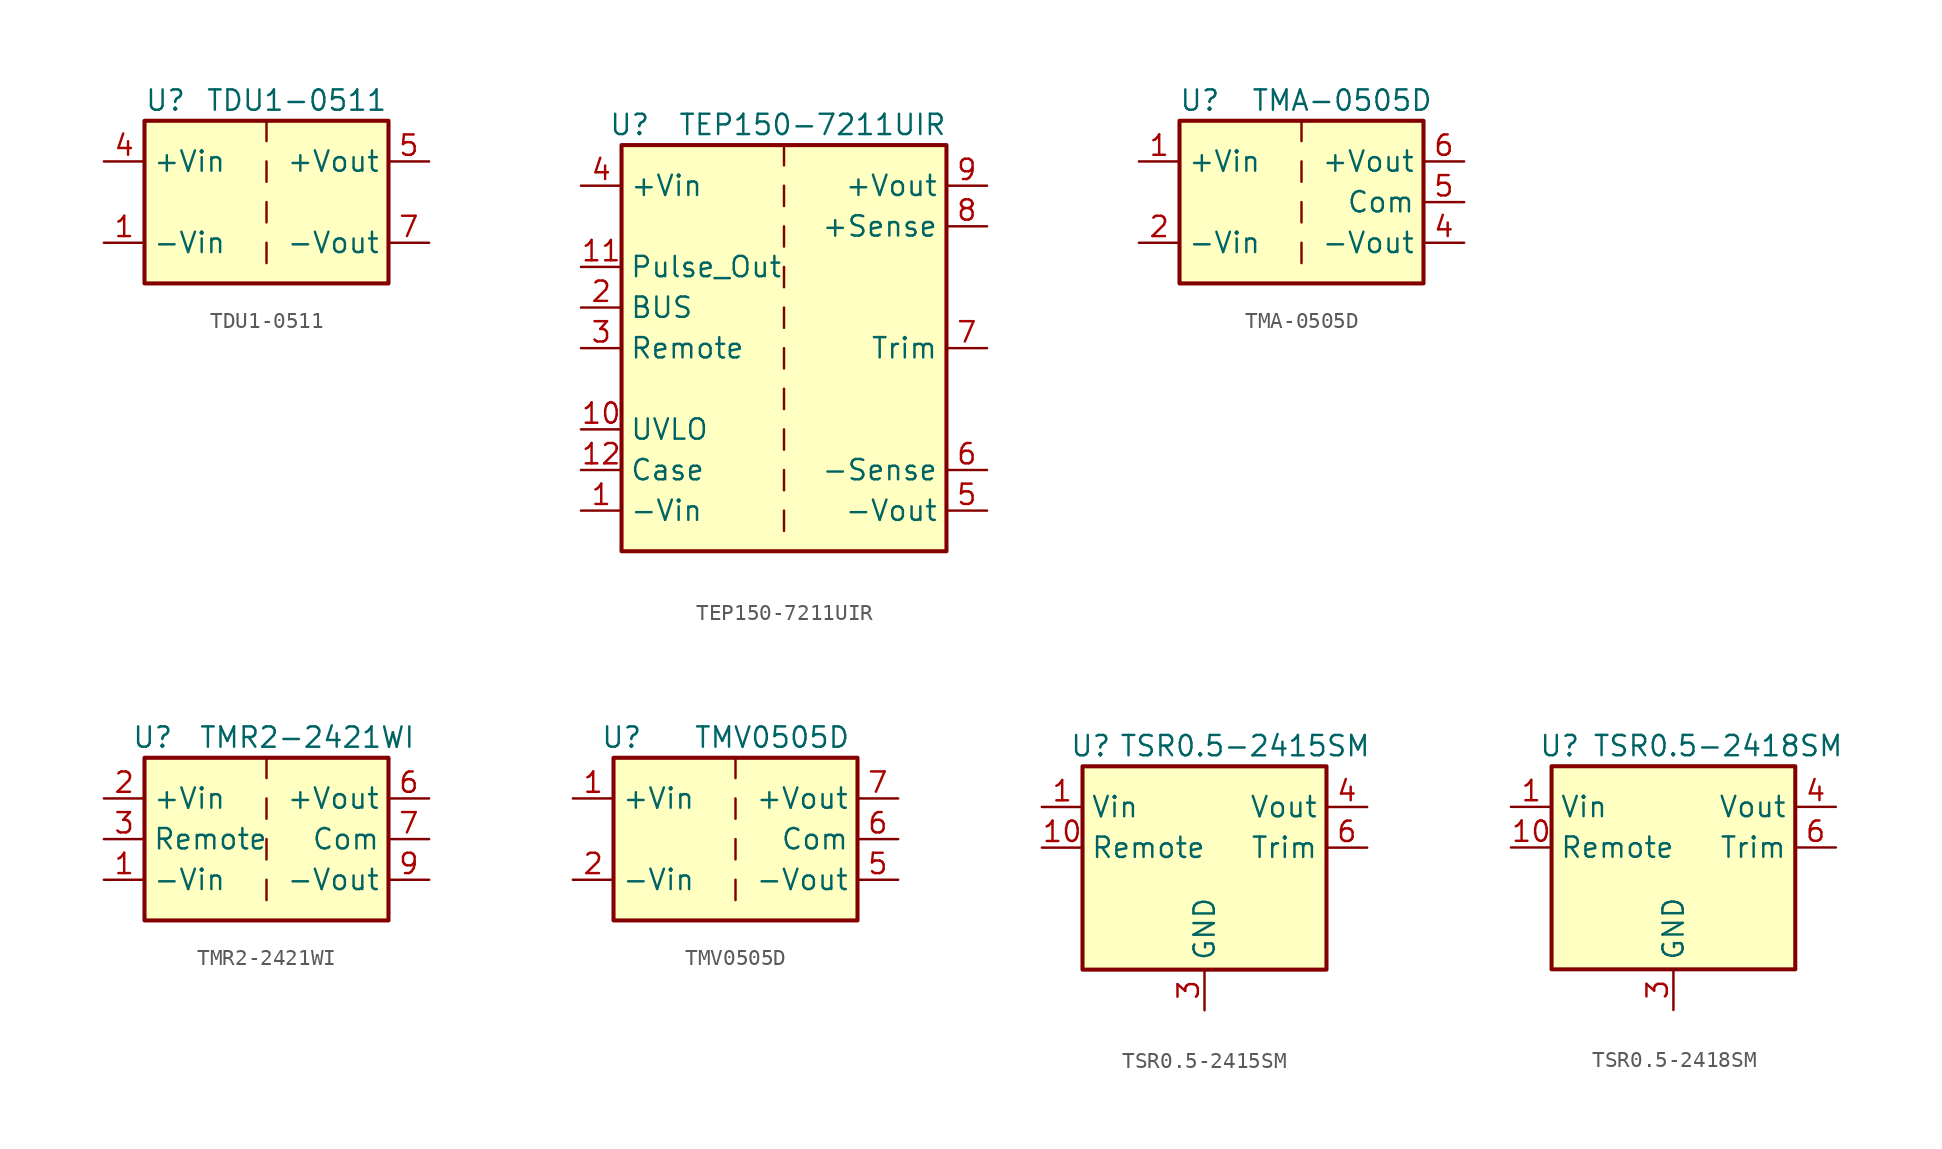
<source format=kicad_sym>
(kicad_symbol_lib
  (version 20241209)
  (generator "kicad_symbol_editor")
  (generator_version "9.0")
  (symbol "TDU1-0511"
    (property "Reference" "U"
      (at -7.62 6.35 0)
      (effects (font (size 1.27 1.27)) (justify left)))
    (property "Value" "TDU1-0511"
      (at -3.81 6.35 0)
      (effects (font (size 1.27 1.27)) (justify left)))
    (symbol "TDU1-0511_0_1"
      (rectangle (start -7.62 5.08) (end 7.62 -5.08) (stroke (width 0.254) (type default)) (fill (type background)))
      (polyline (pts (xy 0 5.08) (xy 0 3.81)) (stroke (width 0) (type default)) (fill (type none)))
      (polyline (pts (xy 0 2.54) (xy 0 1.27)) (stroke (width 0) (type default)) (fill (type none)))
      (polyline (pts (xy 0 0) (xy 0 -1.27)) (stroke (width 0) (type default)) (fill (type none)))
      (polyline (pts (xy 0 -2.54) (xy 0 -3.81)) (stroke (width 0) (type default)) (fill (type none))))
    (symbol "TDU1-0511_1_1"
      (pin power_in line (at -10.16 2.54 0) (length 2.54) (name "+Vin" (effects (font (size 1.27 1.27)))) (number "4" (effects (font (size 1.27 1.27)))))
      (pin power_in line (at -10.16 -2.54 0) (length 2.54) (name "-Vin" (effects (font (size 1.27 1.27)))) (number "1" (effects (font (size 1.27 1.27)))))
      (pin power_out line (at 10.16 2.54 180) (length 2.54) (name "+Vout" (effects (font (size 1.27 1.27)))) (number "5" (effects (font (size 1.27 1.27)))))
      (pin power_out line (at 10.16 -2.54 180) (length 2.54) (name "-Vout" (effects (font (size 1.27 1.27)))) (number "7" (effects (font (size 1.27 1.27)))))))
  (symbol "TEP150-7211UIR"
    (property "Reference" "U"
      (at -9.652 13.97 0)
      (effects (font (size 1.27 1.27))))
    (property "Value" "TEP150-7211UIR"
      (at 1.778 13.97 0)
      (effects (font (size 1.27 1.27))))
    (symbol "TEP150-7211UIR_0_1"
      (rectangle (start -10.16 12.7) (end 10.16 -12.7) (stroke (width 0.254) (type default)) (fill (type background)))
      (polyline (pts (xy 0 12.7) (xy 0 11.43)) (stroke (width 0) (type default)) (fill (type none)))
      (polyline (pts (xy 0 10.16) (xy 0 8.89)) (stroke (width 0) (type default)) (fill (type none)))
      (polyline (pts (xy 0 7.62) (xy 0 6.35)) (stroke (width 0) (type default)) (fill (type none)))
      (polyline (pts (xy 0 5.08) (xy 0 3.81)) (stroke (width 0) (type default)) (fill (type none)))
      (polyline (pts (xy 0 2.54) (xy 0 1.27)) (stroke (width 0) (type default)) (fill (type none)))
      (polyline (pts (xy 0 0) (xy 0 -1.27)) (stroke (width 0) (type default)) (fill (type none)))
      (polyline (pts (xy 0 -2.54) (xy 0 -3.81)) (stroke (width 0) (type default)) (fill (type none)))
      (polyline (pts (xy 0 -5.08) (xy 0 -6.35)) (stroke (width 0) (type default)) (fill (type none)))
      (polyline (pts (xy 0 -7.62) (xy 0 -8.89)) (stroke (width 0) (type default)) (fill (type none)))
      (polyline (pts (xy 0 -10.16) (xy 0 -11.43)) (stroke (width 0) (type default)) (fill (type none))))
    (symbol "TEP150-7211UIR_1_0"
      (pin power_in line (at -12.7 10.16 0) (length 2.54) (name "+Vin" (effects (font (size 1.27 1.27)))) (number "4" (effects (font (size 1.27 1.27)))))
      (pin output line (at -12.7 5.08 0) (length 2.54) (name "Pulse_Out" (effects (font (size 1.27 1.27)))) (number "11" (effects (font (size 1.27 1.27)))))
      (pin passive line (at -12.7 2.54 0) (length 2.54) (name "BUS" (effects (font (size 1.27 1.27)))) (number "2" (effects (font (size 1.27 1.27)))))
      (pin input line (at -12.7 0 0) (length 2.54) (name "Remote" (effects (font (size 1.27 1.27)))) (number "3" (effects (font (size 1.27 1.27)))))
      (pin passive line (at -12.7 -5.08 0) (length 2.54) (name "UVLO" (effects (font (size 1.27 1.27)))) (number "10" (effects (font (size 1.27 1.27)))))
      (pin passive line (at -12.7 -7.62 0) (length 2.54) (name "Case" (effects (font (size 1.27 1.27)))) (number "12" (effects (font (size 1.27 1.27)))))
      (pin power_in line (at -12.7 -10.16 0) (length 2.54) (name "-Vin" (effects (font (size 1.27 1.27)))) (number "1" (effects (font (size 1.27 1.27)))))
      (pin power_out line (at 12.7 10.16 180) (length 2.54) (name "+Vout" (effects (font (size 1.27 1.27)))) (number "9" (effects (font (size 1.27 1.27)))))
      (pin input line (at 12.7 7.62 180) (length 2.54) (name "+Sense" (effects (font (size 1.27 1.27)))) (number "8" (effects (font (size 1.27 1.27)))))
      (pin passive line (at 12.7 0 180) (length 2.54) (name "Trim" (effects (font (size 1.27 1.27)))) (number "7" (effects (font (size 1.27 1.27)))))
      (pin input line (at 12.7 -7.62 180) (length 2.54) (name "-Sense" (effects (font (size 1.27 1.27)))) (number "6" (effects (font (size 1.27 1.27)))))
      (pin power_out line (at 12.7 -10.16 180) (length 2.54) (name "-Vout" (effects (font (size 1.27 1.27)))) (number "5" (effects (font (size 1.27 1.27)))))))
  (symbol "TMA-0505D"
    (property "Reference" "U"
      (at -6.35 6.35 0)
      (effects (font (size 1.27 1.27))))
    (property "Value" "TMA-0505D"
      (at 2.54 6.35 0)
      (effects (font (size 1.27 1.27))))
    (symbol "TMA-0505D_0_1"
      (rectangle (start -7.62 5.08) (end 7.62 -5.08) (stroke (width 0.254) (type default)) (fill (type background)))
      (polyline (pts (xy 0 5.08) (xy 0 3.81)) (stroke (width 0) (type default)) (fill (type none)))
      (polyline (pts (xy 0 2.54) (xy 0 1.27)) (stroke (width 0) (type default)) (fill (type none)))
      (polyline (pts (xy 0 0) (xy 0 -1.27)) (stroke (width 0) (type default)) (fill (type none)))
      (polyline (pts (xy 0 -2.54) (xy 0 -3.81)) (stroke (width 0) (type default)) (fill (type none))))
    (symbol "TMA-0505D_1_1"
      (pin power_in line (at -10.16 2.54 0) (length 2.54) (name "+Vin" (effects (font (size 1.27 1.27)))) (number "1" (effects (font (size 1.27 1.27)))))
      (pin power_in line (at -10.16 -2.54 0) (length 2.54) (name "-Vin" (effects (font (size 1.27 1.27)))) (number "2" (effects (font (size 1.27 1.27)))))
      (pin power_out line (at 10.16 2.54 180) (length 2.54) (name "+Vout" (effects (font (size 1.27 1.27)))) (number "6" (effects (font (size 1.27 1.27)))))
      (pin power_out line (at 10.16 0 180) (length 2.54) (name "Com" (effects (font (size 1.27 1.27)))) (number "5" (effects (font (size 1.27 1.27)))))
      (pin power_out line (at 10.16 -2.54 180) (length 2.54) (name "-Vout" (effects (font (size 1.27 1.27)))) (number "4" (effects (font (size 1.27 1.27)))))))
  (symbol "TMR2-2421WI"
    (property "Reference" "U"
      (at -7.112 6.35 0)
      (effects (font (size 1.27 1.27))))
    (property "Value" "TMR2-2421WI"
      (at 2.54 6.35 0)
      (effects (font (size 1.27 1.27))))
    (symbol "TMR2-2421WI_0_0"
      (pin power_in line (at -10.16 2.54 0) (length 2.54) (name "+Vin" (effects (font (size 1.27 1.27)))) (number "2" (effects (font (size 1.27 1.27)))))
      (pin power_in line (at -10.16 -2.54 0) (length 2.54) (name "-Vin" (effects (font (size 1.27 1.27)))) (number "1" (effects (font (size 1.27 1.27)))))
      (pin power_out line (at 10.16 2.54 180) (length 2.54) (name "+Vout" (effects (font (size 1.27 1.27)))) (number "6" (effects (font (size 1.27 1.27))))))
    (symbol "TMR2-2421WI_0_1"
      (rectangle (start -7.62 5.08) (end 7.62 -5.08) (stroke (width 0.254) (type default)) (fill (type background)))
      (polyline (pts (xy 0 5.08) (xy 0 3.81)) (stroke (width 0) (type default)) (fill (type none)))
      (polyline (pts (xy 0 2.54) (xy 0 1.27)) (stroke (width 0) (type default)) (fill (type none)))
      (polyline (pts (xy 0 0) (xy 0 -1.27)) (stroke (width 0) (type default)) (fill (type none)))
      (polyline (pts (xy 0 -2.54) (xy 0 -3.81)) (stroke (width 0) (type default)) (fill (type none))))
    (symbol "TMR2-2421WI_1_0"
      (pin input line (at -10.16 0 0) (length 2.54) (name "Remote" (effects (font (size 1.27 1.27)))) (number "3" (effects (font (size 1.27 1.27)))))
      (pin no_connect line (at 0 -5.08 90) (length 2.54) (hide yes) (name "NC" (effects (font (size 1.27 1.27)))) (number "8" (effects (font (size 1.27 1.27)))))
      (pin power_out line (at 10.16 0 180) (length 2.54) (name "Com" (effects (font (size 1.27 1.27)))) (number "7" (effects (font (size 1.27 1.27)))))
      (pin power_out line (at 10.16 -2.54 180) (length 2.54) (name "-Vout" (effects (font (size 1.27 1.27)))) (number "9" (effects (font (size 1.27 1.27)))))))
  (symbol "TMV0505D"
    (property "Reference" "U"
      (at -7.112 6.35 0)
      (effects (font (size 1.27 1.27))))
    (property "Value" "TMV0505D"
      (at 2.286 6.35 0)
      (effects (font (size 1.27 1.27))))
    (symbol "TMV0505D_0_1"
      (rectangle (start -7.62 5.08) (end 7.62 -5.08) (stroke (width 0.254) (type default)) (fill (type background)))
      (polyline (pts (xy 0 5.08) (xy 0 3.81)) (stroke (width 0) (type default)) (fill (type none)))
      (polyline (pts (xy 0 2.54) (xy 0 1.27)) (stroke (width 0) (type default)) (fill (type none)))
      (polyline (pts (xy 0 0) (xy 0 -1.27)) (stroke (width 0) (type default)) (fill (type none)))
      (polyline (pts (xy 0 -2.54) (xy 0 -3.81)) (stroke (width 0) (type default)) (fill (type none))))
    (symbol "TMV0505D_1_1"
      (pin power_in line (at -10.16 2.54 0) (length 2.54) (name "+Vin" (effects (font (size 1.27 1.27)))) (number "1" (effects (font (size 1.27 1.27)))))
      (pin power_in line (at -10.16 -2.54 0) (length 2.54) (name "-Vin" (effects (font (size 1.27 1.27)))) (number "2" (effects (font (size 1.27 1.27)))))
      (pin power_out line (at 10.16 2.54 180) (length 2.54) (name "+Vout" (effects (font (size 1.27 1.27)))) (number "7" (effects (font (size 1.27 1.27)))))
      (pin power_out line (at 10.16 0 180) (length 2.54) (name "Com" (effects (font (size 1.27 1.27)))) (number "6" (effects (font (size 1.27 1.27)))))
      (pin power_out line (at 10.16 -2.54 180) (length 2.54) (name "-Vout" (effects (font (size 1.27 1.27)))) (number "5" (effects (font (size 1.27 1.27)))))))
  (symbol "TSR0.5-2415SM"
    (property "Reference" "U"
      (at -7.112 6.35 0)
      (effects (font (size 1.27 1.27))))
    (property "Value" "TSR0.5-2415SM"
      (at 2.54 6.35 0)
      (effects (font (size 1.27 1.27))))
    (symbol "TSR0.5-2415SM_0_1"
      (rectangle (start -7.62 5.08) (end 7.62 -7.62) (stroke (width 0.254) (type default)) (fill (type background))))
    (symbol "TSR0.5-2415SM_1_1"
      (pin power_in line (at -10.16 2.54 0) (length 2.54) (name "Vin" (effects (font (size 1.27 1.27)))) (number "1" (effects (font (size 1.27 1.27)))))
      (pin passive line (at -10.16 2.54 0) (length 2.54) (hide yes) (name "Vin" (effects (font (size 1.27 1.27)))) (number "2" (effects (font (size 1.27 1.27)))))
      (pin input line (at -10.16 0 0) (length 2.54) (name "Remote" (effects (font (size 1.27 1.27)))) (number "10" (effects (font (size 1.27 1.27)))))
      (pin power_in line (at 0 -10.16 90) (length 2.54) (name "GND" (effects (font (size 1.27 1.27)))) (number "3" (effects (font (size 1.27 1.27)))))
      (pin passive line (at 0 -10.16 90) (length 2.54) (hide yes) (name "GND" (effects (font (size 1.27 1.27)))) (number "7" (effects (font (size 1.27 1.27)))))
      (pin passive line (at 0 -10.16 90) (length 2.54) (hide yes) (name "GND" (effects (font (size 1.27 1.27)))) (number "8" (effects (font (size 1.27 1.27)))))
      (pin passive line (at 0 -10.16 90) (length 2.54) (hide yes) (name "GND" (effects (font (size 1.27 1.27)))) (number "9" (effects (font (size 1.27 1.27)))))
      (pin power_out line (at 10.16 2.54 180) (length 2.54) (name "Vout" (effects (font (size 1.27 1.27)))) (number "4" (effects (font (size 1.27 1.27)))))
      (pin passive line (at 10.16 2.54 180) (length 2.54) (hide yes) (name "Vout" (effects (font (size 1.27 1.27)))) (number "5" (effects (font (size 1.27 1.27)))))
      (pin passive line (at 10.16 0 180) (length 2.54) (name "Trim" (effects (font (size 1.27 1.27)))) (number "6" (effects (font (size 1.27 1.27)))))))
  (symbol "TSR0.5-2418SM"
    (property "Reference" "U"
      (at -7.112 6.35 0)
      (effects (font (size 1.27 1.27))))
    (property "Value" "TSR0.5-2418SM"
      (at 2.794 6.35 0)
      (effects (font (size 1.27 1.27))))
    (symbol "TSR0.5-2418SM_0_1"
      (rectangle (start -7.62 5.08) (end 7.62 -7.62) (stroke (width 0.254) (type default)) (fill (type background))))
    (symbol "TSR0.5-2418SM_1_1"
      (pin power_in line (at -10.16 2.54 0) (length 2.54) (name "Vin" (effects (font (size 1.27 1.27)))) (number "1" (effects (font (size 1.27 1.27)))))
      (pin passive line (at -10.16 2.54 0) (length 2.54) (hide yes) (name "Vin" (effects (font (size 1.27 1.27)))) (number "2" (effects (font (size 1.27 1.27)))))
      (pin input line (at -10.16 0 0) (length 2.54) (name "Remote" (effects (font (size 1.27 1.27)))) (number "10" (effects (font (size 1.27 1.27)))))
      (pin power_in line (at 0 -10.16 90) (length 2.54) (name "GND" (effects (font (size 1.27 1.27)))) (number "3" (effects (font (size 1.27 1.27)))))
      (pin passive line (at 0 -10.16 90) (length 2.54) (hide yes) (name "GND" (effects (font (size 1.27 1.27)))) (number "7" (effects (font (size 1.27 1.27)))))
      (pin passive line (at 0 -10.16 90) (length 2.54) (hide yes) (name "GND" (effects (font (size 1.27 1.27)))) (number "8" (effects (font (size 1.27 1.27)))))
      (pin passive line (at 0 -10.16 90) (length 2.54) (hide yes) (name "GND" (effects (font (size 1.27 1.27)))) (number "9" (effects (font (size 1.27 1.27)))))
      (pin power_out line (at 10.16 2.54 180) (length 2.54) (name "Vout" (effects (font (size 1.27 1.27)))) (number "4" (effects (font (size 1.27 1.27)))))
      (pin passive line (at 10.16 2.54 180) (length 2.54) (hide yes) (name "Vout" (effects (font (size 1.27 1.27)))) (number "5" (effects (font (size 1.27 1.27)))))
      (pin passive line (at 10.16 0 180) (length 2.54) (name "Trim" (effects (font (size 1.27 1.27)))) (number "6" (effects (font (size 1.27 1.27))))))))
</source>
